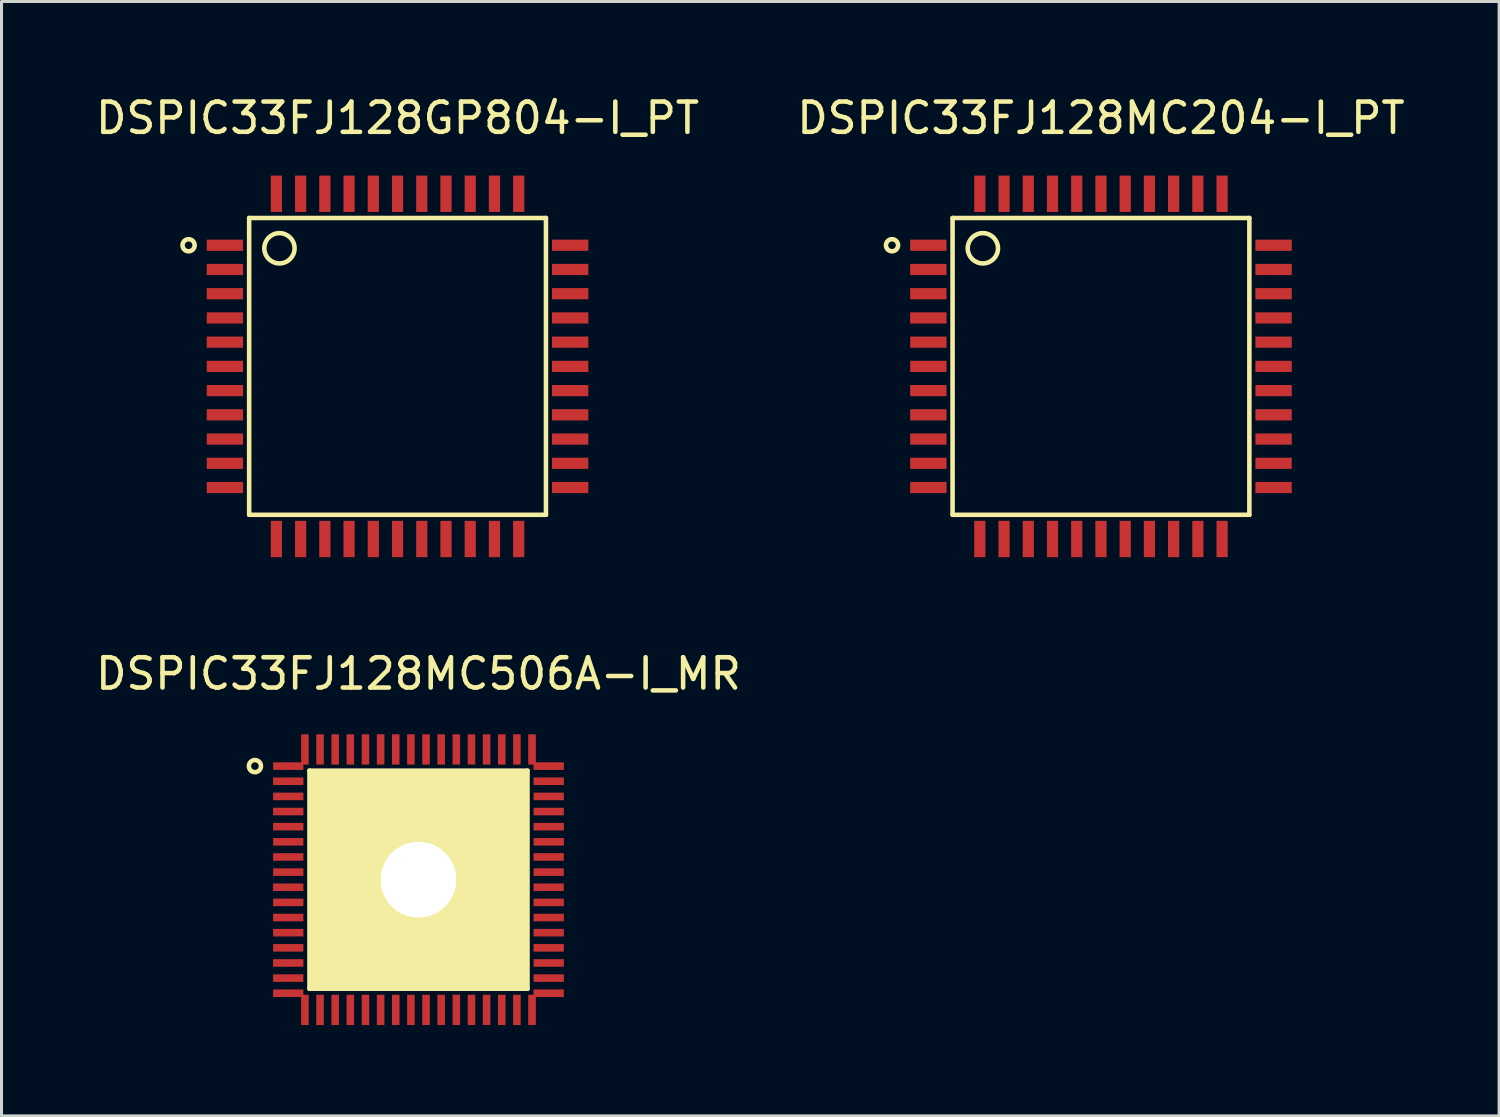
<source format=kicad_pcb>
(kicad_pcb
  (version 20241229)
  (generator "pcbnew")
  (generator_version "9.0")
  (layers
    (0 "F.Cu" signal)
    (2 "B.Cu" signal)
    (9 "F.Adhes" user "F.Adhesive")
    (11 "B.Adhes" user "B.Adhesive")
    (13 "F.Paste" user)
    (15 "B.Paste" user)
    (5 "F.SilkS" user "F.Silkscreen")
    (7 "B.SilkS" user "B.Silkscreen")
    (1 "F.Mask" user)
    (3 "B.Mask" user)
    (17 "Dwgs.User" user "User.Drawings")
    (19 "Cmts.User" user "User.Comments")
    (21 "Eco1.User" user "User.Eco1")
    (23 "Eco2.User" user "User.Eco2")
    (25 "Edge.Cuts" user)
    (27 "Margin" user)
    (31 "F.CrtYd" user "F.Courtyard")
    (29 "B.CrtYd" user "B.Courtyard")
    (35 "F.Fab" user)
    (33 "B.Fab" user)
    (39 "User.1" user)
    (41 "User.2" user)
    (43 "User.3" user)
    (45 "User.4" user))
  (footprint "DSPIC33FJ128GP804-I_PT"
    (layer "F.Cu")
    (at 4.377 3.348)
    (property "Reference" "DSPIC33FJ128GP804-I_PT" (at 5.7 -2.5 0) (layer "F.SilkS") (effects (font (size 1 1) (thickness 0.15))))
    (attr through_hole)
    (fp_line (start 0.8 0.8) (end 0.8 10.6) (stroke (width 0.15) (type solid)) (layer "F.SilkS"))
    (fp_line (start 0.8 0.8) (end 10.6 0.8) (stroke (width 0.15) (type solid)) (layer "F.SilkS"))
    (fp_line (start 0.8 10.6) (end 10.6 10.6) (stroke (width 0.15) (type solid)) (layer "F.SilkS"))
    (fp_line (start 10.6 10.6) (end 10.6 0.8) (stroke (width 0.15) (type solid)) (layer "F.SilkS"))
    (fp_circle (center -1.2 1.7) (end -1.2 1.5) (stroke (width 0.15) (type solid)) (fill no) (layer "F.SilkS"))
    (fp_circle (center 1.8 1.8) (end 1.8 1.3) (stroke (width 0.15) (type solid)) (fill no) (layer "F.SilkS"))
    (pad "1" smd rect (at 0 1.7) (size 1.2 0.37) (layers "F.Cu" "F.Mask" "F.Paste"))
    (pad "2" smd rect (at 0 2.5) (size 1.2 0.37) (layers "F.Cu" "F.Mask" "F.Paste"))
    (pad "3" smd rect (at 0 3.3) (size 1.2 0.37) (layers "F.Cu" "F.Mask" "F.Paste"))
    (pad "4" smd rect (at 0 4.1) (size 1.2 0.37) (layers "F.Cu" "F.Mask" "F.Paste"))
    (pad "5" smd rect (at 0 4.9) (size 1.2 0.37) (layers "F.Cu" "F.Mask" "F.Paste"))
    (pad "6" smd rect (at 0 5.7) (size 1.2 0.37) (layers "F.Cu" "F.Mask" "F.Paste"))
    (pad "7" smd rect (at 0 6.5) (size 1.2 0.37) (layers "F.Cu" "F.Mask" "F.Paste"))
    (pad "8" smd rect (at 0 7.3) (size 1.2 0.37) (layers "F.Cu" "F.Mask" "F.Paste"))
    (pad "9" smd rect (at 0 8.1) (size 1.2 0.37) (layers "F.Cu" "F.Mask" "F.Paste"))
    (pad "10" smd rect (at 0 8.9) (size 1.2 0.37) (layers "F.Cu" "F.Mask" "F.Paste"))
    (pad "11" smd rect (at 0 9.7) (size 1.2 0.37) (layers "F.Cu" "F.Mask" "F.Paste"))
    (pad "12" smd rect (at 1.7 11.4) (size 0.37 1.2) (layers "F.Cu" "F.Mask" "F.Paste"))
    (pad "13" smd rect (at 2.5 11.4) (size 0.37 1.2) (layers "F.Cu" "F.Mask" "F.Paste"))
    (pad "14" smd rect (at 3.3 11.4) (size 0.37 1.2) (layers "F.Cu" "F.Mask" "F.Paste"))
    (pad "15" smd rect (at 4.1 11.4) (size 0.37 1.2) (layers "F.Cu" "F.Mask" "F.Paste"))
    (pad "16" smd rect (at 4.9 11.4) (size 0.37 1.2) (layers "F.Cu" "F.Mask" "F.Paste"))
    (pad "17" smd rect (at 5.7 11.4) (size 0.37 1.2) (layers "F.Cu" "F.Mask" "F.Paste"))
    (pad "18" smd rect (at 6.5 11.4) (size 0.37 1.2) (layers "F.Cu" "F.Mask" "F.Paste"))
    (pad "19" smd rect (at 7.3 11.4) (size 0.37 1.2) (layers "F.Cu" "F.Mask" "F.Paste"))
    (pad "20" smd rect (at 8.1 11.4) (size 0.37 1.2) (layers "F.Cu" "F.Mask" "F.Paste"))
    (pad "21" smd rect (at 8.9 11.4) (size 0.37 1.2) (layers "F.Cu" "F.Mask" "F.Paste"))
    (pad "22" smd rect (at 9.7 11.4) (size 0.37 1.2) (layers "F.Cu" "F.Mask" "F.Paste"))
    (pad "23" smd rect (at 11.4 9.7) (size 1.2 0.37) (layers "F.Cu" "F.Mask" "F.Paste"))
    (pad "24" smd rect (at 11.4 8.9) (size 1.2 0.37) (layers "F.Cu" "F.Mask" "F.Paste"))
    (pad "25" smd rect (at 11.4 8.1) (size 1.2 0.37) (layers "F.Cu" "F.Mask" "F.Paste"))
    (pad "26" smd rect (at 11.4 7.3) (size 1.2 0.37) (layers "F.Cu" "F.Mask" "F.Paste"))
    (pad "27" smd rect (at 11.4 6.5) (size 1.2 0.37) (layers "F.Cu" "F.Mask" "F.Paste"))
    (pad "28" smd rect (at 11.4 5.7) (size 1.2 0.37) (layers "F.Cu" "F.Mask" "F.Paste"))
    (pad "29" smd rect (at 11.4 4.9) (size 1.2 0.37) (layers "F.Cu" "F.Mask" "F.Paste"))
    (pad "30" smd rect (at 11.4 4.1) (size 1.2 0.37) (layers "F.Cu" "F.Mask" "F.Paste"))
    (pad "31" smd rect (at 11.4 3.3) (size 1.2 0.37) (layers "F.Cu" "F.Mask" "F.Paste"))
    (pad "32" smd rect (at 11.4 2.5) (size 1.2 0.37) (layers "F.Cu" "F.Mask" "F.Paste"))
    (pad "33" smd rect (at 11.4 1.7) (size 1.2 0.37) (layers "F.Cu" "F.Mask" "F.Paste"))
    (pad "34" smd rect (at 9.7 0) (size 0.37 1.2) (layers "F.Cu" "F.Mask" "F.Paste"))
    (pad "35" smd rect (at 8.9 0) (size 0.37 1.2) (layers "F.Cu" "F.Mask" "F.Paste"))
    (pad "36" smd rect (at 8.1 0) (size 0.37 1.2) (layers "F.Cu" "F.Mask" "F.Paste"))
    (pad "37" smd rect (at 7.3 0) (size 0.37 1.2) (layers "F.Cu" "F.Mask" "F.Paste"))
    (pad "38" smd rect (at 6.5 0) (size 0.37 1.2) (layers "F.Cu" "F.Mask" "F.Paste"))
    (pad "39" smd rect (at 5.7 0) (size 0.37 1.2) (layers "F.Cu" "F.Mask" "F.Paste"))
    (pad "40" smd rect (at 4.9 0) (size 0.37 1.2) (layers "F.Cu" "F.Mask" "F.Paste"))
    (pad "41" smd rect (at 4.1 0) (size 0.37 1.2) (layers "F.Cu" "F.Mask" "F.Paste"))
    (pad "42" smd rect (at 3.3 0) (size 0.37 1.2) (layers "F.Cu" "F.Mask" "F.Paste"))
    (pad "43" smd rect (at 2.5 0) (size 0.37 1.2) (layers "F.Cu" "F.Mask" "F.Paste"))
    (pad "44" smd rect (at 1.7 0) (size 0.37 1.2) (layers "F.Cu" "F.Mask" "F.Paste")))
  (footprint "DSPIC33FJ128MC204-I_PT"
    (layer "F.Cu")
    (at 27.604 3.348)
    (property "Reference" "DSPIC33FJ128MC204-I_PT" (at 5.7 -2.5 0) (layer "F.SilkS") (effects (font (size 1 1) (thickness 0.15))))
    (attr through_hole)
    (fp_line (start 0.8 0.8) (end 0.8 10.6) (stroke (width 0.15) (type solid)) (layer "F.SilkS"))
    (fp_line (start 0.8 0.8) (end 10.6 0.8) (stroke (width 0.15) (type solid)) (layer "F.SilkS"))
    (fp_line (start 0.8 10.6) (end 10.6 10.6) (stroke (width 0.15) (type solid)) (layer "F.SilkS"))
    (fp_line (start 10.6 10.6) (end 10.6 0.8) (stroke (width 0.15) (type solid)) (layer "F.SilkS"))
    (fp_circle (center -1.2 1.7) (end -1.2 1.5) (stroke (width 0.15) (type solid)) (fill no) (layer "F.SilkS"))
    (fp_circle (center 1.8 1.8) (end 1.8 1.3) (stroke (width 0.15) (type solid)) (fill no) (layer "F.SilkS"))
    (pad "1" smd rect (at 0 1.7) (size 1.2 0.37) (layers "F.Cu" "F.Mask" "F.Paste"))
    (pad "2" smd rect (at 0 2.5) (size 1.2 0.37) (layers "F.Cu" "F.Mask" "F.Paste"))
    (pad "3" smd rect (at 0 3.3) (size 1.2 0.37) (layers "F.Cu" "F.Mask" "F.Paste"))
    (pad "4" smd rect (at 0 4.1) (size 1.2 0.37) (layers "F.Cu" "F.Mask" "F.Paste"))
    (pad "5" smd rect (at 0 4.9) (size 1.2 0.37) (layers "F.Cu" "F.Mask" "F.Paste"))
    (pad "6" smd rect (at 0 5.7) (size 1.2 0.37) (layers "F.Cu" "F.Mask" "F.Paste"))
    (pad "7" smd rect (at 0 6.5) (size 1.2 0.37) (layers "F.Cu" "F.Mask" "F.Paste"))
    (pad "8" smd rect (at 0 7.3) (size 1.2 0.37) (layers "F.Cu" "F.Mask" "F.Paste"))
    (pad "9" smd rect (at 0 8.1) (size 1.2 0.37) (layers "F.Cu" "F.Mask" "F.Paste"))
    (pad "10" smd rect (at 0 8.9) (size 1.2 0.37) (layers "F.Cu" "F.Mask" "F.Paste"))
    (pad "11" smd rect (at 0 9.7) (size 1.2 0.37) (layers "F.Cu" "F.Mask" "F.Paste"))
    (pad "12" smd rect (at 1.7 11.4) (size 0.37 1.2) (layers "F.Cu" "F.Mask" "F.Paste"))
    (pad "13" smd rect (at 2.5 11.4) (size 0.37 1.2) (layers "F.Cu" "F.Mask" "F.Paste"))
    (pad "14" smd rect (at 3.3 11.4) (size 0.37 1.2) (layers "F.Cu" "F.Mask" "F.Paste"))
    (pad "15" smd rect (at 4.1 11.4) (size 0.37 1.2) (layers "F.Cu" "F.Mask" "F.Paste"))
    (pad "16" smd rect (at 4.9 11.4) (size 0.37 1.2) (layers "F.Cu" "F.Mask" "F.Paste"))
    (pad "17" smd rect (at 5.7 11.4) (size 0.37 1.2) (layers "F.Cu" "F.Mask" "F.Paste"))
    (pad "18" smd rect (at 6.5 11.4) (size 0.37 1.2) (layers "F.Cu" "F.Mask" "F.Paste"))
    (pad "19" smd rect (at 7.3 11.4) (size 0.37 1.2) (layers "F.Cu" "F.Mask" "F.Paste"))
    (pad "20" smd rect (at 8.1 11.4) (size 0.37 1.2) (layers "F.Cu" "F.Mask" "F.Paste"))
    (pad "21" smd rect (at 8.9 11.4) (size 0.37 1.2) (layers "F.Cu" "F.Mask" "F.Paste"))
    (pad "22" smd rect (at 9.7 11.4) (size 0.37 1.2) (layers "F.Cu" "F.Mask" "F.Paste"))
    (pad "23" smd rect (at 11.4 9.7) (size 1.2 0.37) (layers "F.Cu" "F.Mask" "F.Paste"))
    (pad "24" smd rect (at 11.4 8.9) (size 1.2 0.37) (layers "F.Cu" "F.Mask" "F.Paste"))
    (pad "25" smd rect (at 11.4 8.1) (size 1.2 0.37) (layers "F.Cu" "F.Mask" "F.Paste"))
    (pad "26" smd rect (at 11.4 7.3) (size 1.2 0.37) (layers "F.Cu" "F.Mask" "F.Paste"))
    (pad "27" smd rect (at 11.4 6.5) (size 1.2 0.37) (layers "F.Cu" "F.Mask" "F.Paste"))
    (pad "28" smd rect (at 11.4 5.7) (size 1.2 0.37) (layers "F.Cu" "F.Mask" "F.Paste"))
    (pad "29" smd rect (at 11.4 4.9) (size 1.2 0.37) (layers "F.Cu" "F.Mask" "F.Paste"))
    (pad "30" smd rect (at 11.4 4.1) (size 1.2 0.37) (layers "F.Cu" "F.Mask" "F.Paste"))
    (pad "31" smd rect (at 11.4 3.3) (size 1.2 0.37) (layers "F.Cu" "F.Mask" "F.Paste"))
    (pad "32" smd rect (at 11.4 2.5) (size 1.2 0.37) (layers "F.Cu" "F.Mask" "F.Paste"))
    (pad "33" smd rect (at 11.4 1.7) (size 1.2 0.37) (layers "F.Cu" "F.Mask" "F.Paste"))
    (pad "34" smd rect (at 9.7 0) (size 0.37 1.2) (layers "F.Cu" "F.Mask" "F.Paste"))
    (pad "35" smd rect (at 8.9 0) (size 0.37 1.2) (layers "F.Cu" "F.Mask" "F.Paste"))
    (pad "36" smd rect (at 8.1 0) (size 0.37 1.2) (layers "F.Cu" "F.Mask" "F.Paste"))
    (pad "37" smd rect (at 7.3 0) (size 0.37 1.2) (layers "F.Cu" "F.Mask" "F.Paste"))
    (pad "38" smd rect (at 6.5 0) (size 0.37 1.2) (layers "F.Cu" "F.Mask" "F.Paste"))
    (pad "39" smd rect (at 5.7 0) (size 0.37 1.2) (layers "F.Cu" "F.Mask" "F.Paste"))
    (pad "40" smd rect (at 4.9 0) (size 0.37 1.2) (layers "F.Cu" "F.Mask" "F.Paste"))
    (pad "41" smd rect (at 4.1 0) (size 0.37 1.2) (layers "F.Cu" "F.Mask" "F.Paste"))
    (pad "42" smd rect (at 3.3 0) (size 0.37 1.2) (layers "F.Cu" "F.Mask" "F.Paste"))
    (pad "43" smd rect (at 2.5 0) (size 0.37 1.2) (layers "F.Cu" "F.Mask" "F.Paste"))
    (pad "44" smd rect (at 1.7 0) (size 0.37 1.2) (layers "F.Cu" "F.Mask" "F.Paste")))
  (footprint "DSPIC33FJ128MC506A-I_MR"
    (layer "F.Cu")
    (at 6.468 21.697)
    (property "Reference" "DSPIC33FJ128MC506A-I_MR" (at 4.3 -2.5 0) (layer "F.SilkS") (effects (font (size 1 1) (thickness 0.15))))
    (attr through_hole)
    (fp_line (start 0.7 0.7) (end 0.7 7.9) (stroke (width 0.15) (type solid)) (layer "F.SilkS"))
    (fp_line (start 0.7 0.7) (end 7.9 0.7) (stroke (width 0.15) (type solid)) (layer "F.SilkS"))
    (fp_line (start 0.7 7.9) (end 7.9 7.9) (stroke (width 0.15) (type solid)) (layer "F.SilkS"))
    (fp_line (start 7.9 7.9) (end 7.9 0.7) (stroke (width 0.15) (type solid)) (layer "F.SilkS"))
    (fp_circle (center -1.1 0.55) (end -1.1 0.35) (stroke (width 0.15) (type solid)) (fill no) (layer "F.SilkS"))
    (fp_circle (center 1.7 1.7) (end 1.7 1.2) (stroke (width 0.15) (type solid)) (fill no) (layer "F.SilkS"))
    (pad "1" smd rect (at 0 0.55) (size 1 0.25) (layers "F.Cu" "F.Mask" "F.Paste"))
    (pad "2" smd rect (at 0 1.05) (size 1 0.25) (layers "F.Cu" "F.Mask" "F.Paste"))
    (pad "3" smd rect (at 0 1.55) (size 1 0.25) (layers "F.Cu" "F.Mask" "F.Paste"))
    (pad "4" smd rect (at 0 2.05) (size 1 0.25) (layers "F.Cu" "F.Mask" "F.Paste"))
    (pad "5" smd rect (at 0 2.55) (size 1 0.25) (layers "F.Cu" "F.Mask" "F.Paste"))
    (pad "6" smd rect (at 0 3.05) (size 1 0.25) (layers "F.Cu" "F.Mask" "F.Paste"))
    (pad "7" smd rect (at 0 3.55) (size 1 0.25) (layers "F.Cu" "F.Mask" "F.Paste"))
    (pad "8" smd rect (at 0 4.05) (size 1 0.25) (layers "F.Cu" "F.Mask" "F.Paste"))
    (pad "9" smd rect (at 0 4.55) (size 1 0.25) (layers "F.Cu" "F.Mask" "F.Paste"))
    (pad "10" smd rect (at 0 5.05) (size 1 0.25) (layers "F.Cu" "F.Mask" "F.Paste"))
    (pad "11" smd rect (at 0 5.55) (size 1 0.25) (layers "F.Cu" "F.Mask" "F.Paste"))
    (pad "12" smd rect (at 0 6.05) (size 1 0.25) (layers "F.Cu" "F.Mask" "F.Paste"))
    (pad "13" smd rect (at 0 6.55) (size 1 0.25) (layers "F.Cu" "F.Mask" "F.Paste"))
    (pad "14" smd rect (at 0 7.05) (size 1 0.25) (layers "F.Cu" "F.Mask" "F.Paste"))
    (pad "15" smd rect (at 0 7.55) (size 1 0.25) (layers "F.Cu" "F.Mask" "F.Paste"))
    (pad "16" smd rect (at 0 8.05) (size 1 0.25) (layers "F.Cu" "F.Mask" "F.Paste"))
    (pad "17" smd rect (at 0.55 8.6) (size 0.25 1) (layers "F.Cu" "F.Mask" "F.Paste"))
    (pad "18" smd rect (at 1.05 8.6) (size 0.25 1) (layers "F.Cu" "F.Mask" "F.Paste"))
    (pad "19" smd rect (at 1.55 8.6) (size 0.25 1) (layers "F.Cu" "F.Mask" "F.Paste"))
    (pad "20" smd rect (at 2.05 8.6) (size 0.25 1) (layers "F.Cu" "F.Mask" "F.Paste"))
    (pad "21" smd rect (at 2.55 8.6) (size 0.25 1) (layers "F.Cu" "F.Mask" "F.Paste"))
    (pad "22" smd rect (at 3.05 8.6) (size 0.25 1) (layers "F.Cu" "F.Mask" "F.Paste"))
    (pad "23" smd rect (at 3.55 8.6) (size 0.25 1) (layers "F.Cu" "F.Mask" "F.Paste"))
    (pad "24" smd rect (at 4.05 8.6) (size 0.25 1) (layers "F.Cu" "F.Mask" "F.Paste"))
    (pad "25" smd rect (at 4.55 8.6) (size 0.25 1) (layers "F.Cu" "F.Mask" "F.Paste"))
    (pad "26" smd rect (at 5.05 8.6) (size 0.25 1) (layers "F.Cu" "F.Mask" "F.Paste"))
    (pad "27" smd rect (at 5.55 8.6) (size 0.25 1) (layers "F.Cu" "F.Mask" "F.Paste"))
    (pad "28" smd rect (at 6.05 8.6) (size 0.25 1) (layers "F.Cu" "F.Mask" "F.Paste"))
    (pad "29" smd rect (at 6.55 8.6) (size 0.25 1) (layers "F.Cu" "F.Mask" "F.Paste"))
    (pad "30" smd rect (at 7.05 8.6) (size 0.25 1) (layers "F.Cu" "F.Mask" "F.Paste"))
    (pad "31" smd rect (at 7.55 8.6) (size 0.25 1) (layers "F.Cu" "F.Mask" "F.Paste"))
    (pad "32" smd rect (at 8.05 8.6) (size 0.25 1) (layers "F.Cu" "F.Mask" "F.Paste"))
    (pad "33" smd rect (at 8.6 8.05) (size 1 0.25) (layers "F.Cu" "F.Mask" "F.Paste"))
    (pad "34" smd rect (at 8.6 7.55) (size 1 0.25) (layers "F.Cu" "F.Mask" "F.Paste"))
    (pad "35" smd rect (at 8.6 7.05) (size 1 0.25) (layers "F.Cu" "F.Mask" "F.Paste"))
    (pad "36" smd rect (at 8.6 6.55) (size 1 0.25) (layers "F.Cu" "F.Mask" "F.Paste"))
    (pad "37" smd rect (at 8.6 6.05) (size 1 0.25) (layers "F.Cu" "F.Mask" "F.Paste"))
    (pad "38" smd rect (at 8.6 5.55) (size 1 0.25) (layers "F.Cu" "F.Mask" "F.Paste"))
    (pad "39" smd rect (at 8.6 5.05) (size 1 0.25) (layers "F.Cu" "F.Mask" "F.Paste"))
    (pad "40" smd rect (at 8.6 4.55) (size 1 0.25) (layers "F.Cu" "F.Mask" "F.Paste"))
    (pad "41" smd rect (at 8.6 4.05) (size 1 0.25) (layers "F.Cu" "F.Mask" "F.Paste"))
    (pad "42" smd rect (at 8.6 3.55) (size 1 0.25) (layers "F.Cu" "F.Mask" "F.Paste"))
    (pad "43" smd rect (at 8.6 3.05) (size 1 0.25) (layers "F.Cu" "F.Mask" "F.Paste"))
    (pad "44" smd rect (at 8.6 2.55) (size 1 0.25) (layers "F.Cu" "F.Mask" "F.Paste"))
    (pad "45" smd rect (at 8.6 2.05) (size 1 0.25) (layers "F.Cu" "F.Mask" "F.Paste"))
    (pad "46" smd rect (at 8.6 1.55) (size 1 0.25) (layers "F.Cu" "F.Mask" "F.Paste"))
    (pad "47" smd rect (at 8.6 1.05) (size 1 0.25) (layers "F.Cu" "F.Mask" "F.Paste"))
    (pad "48" smd rect (at 8.6 0.55) (size 1 0.25) (layers "F.Cu" "F.Mask" "F.Paste"))
    (pad "49" smd rect (at 8.05 0) (size 0.25 1) (layers "F.Cu" "F.Mask" "F.Paste"))
    (pad "50" smd rect (at 7.55 0) (size 0.25 1) (layers "F.Cu" "F.Mask" "F.Paste"))
    (pad "51" smd rect (at 7.05 0) (size 0.25 1) (layers "F.Cu" "F.Mask" "F.Paste"))
    (pad "52" smd rect (at 6.55 0) (size 0.25 1) (layers "F.Cu" "F.Mask" "F.Paste"))
    (pad "53" smd rect (at 6.05 0) (size 0.25 1) (layers "F.Cu" "F.Mask" "F.Paste"))
    (pad "54" smd rect (at 5.55 0) (size 0.25 1) (layers "F.Cu" "F.Mask" "F.Paste"))
    (pad "55" smd rect (at 5.05 0) (size 0.25 1) (layers "F.Cu" "F.Mask" "F.Paste"))
    (pad "56" smd rect (at 4.55 0) (size 0.25 1) (layers "F.Cu" "F.Mask" "F.Paste"))
    (pad "57" smd rect (at 4.05 0) (size 0.25 1) (layers "F.Cu" "F.Mask" "F.Paste"))
    (pad "58" smd rect (at 3.55 0) (size 0.25 1) (layers "F.Cu" "F.Mask" "F.Paste"))
    (pad "59" smd rect (at 3.05 0) (size 0.25 1) (layers "F.Cu" "F.Mask" "F.Paste"))
    (pad "60" smd rect (at 2.55 0) (size 0.25 1) (layers "F.Cu" "F.Mask" "F.Paste"))
    (pad "61" smd rect (at 2.05 0) (size 0.25 1) (layers "F.Cu" "F.Mask" "F.Paste"))
    (pad "62" smd rect (at 1.55 0) (size 0.25 1) (layers "F.Cu" "F.Mask" "F.Paste"))
    (pad "63" smd rect (at 1.05 0) (size 0.25 1) (layers "F.Cu" "F.Mask" "F.Paste"))
    (pad "64" smd rect (at 0.55 0) (size 0.25 1) (layers "F.Cu" "F.Mask" "F.Paste"))
    (pad "999" thru_hole rect (at 4.3 4.3) (size 7.15 7.15) (drill 2.5) (layers "*.Cu" "*.Mask" "F.SilkS")))
  (gr_rect
    (start -3 -3)
    (end 46.452 33.797)
    (stroke (width 0.1) (type default))
    (fill no)
    (layer "Edge.Cuts")))
</source>
